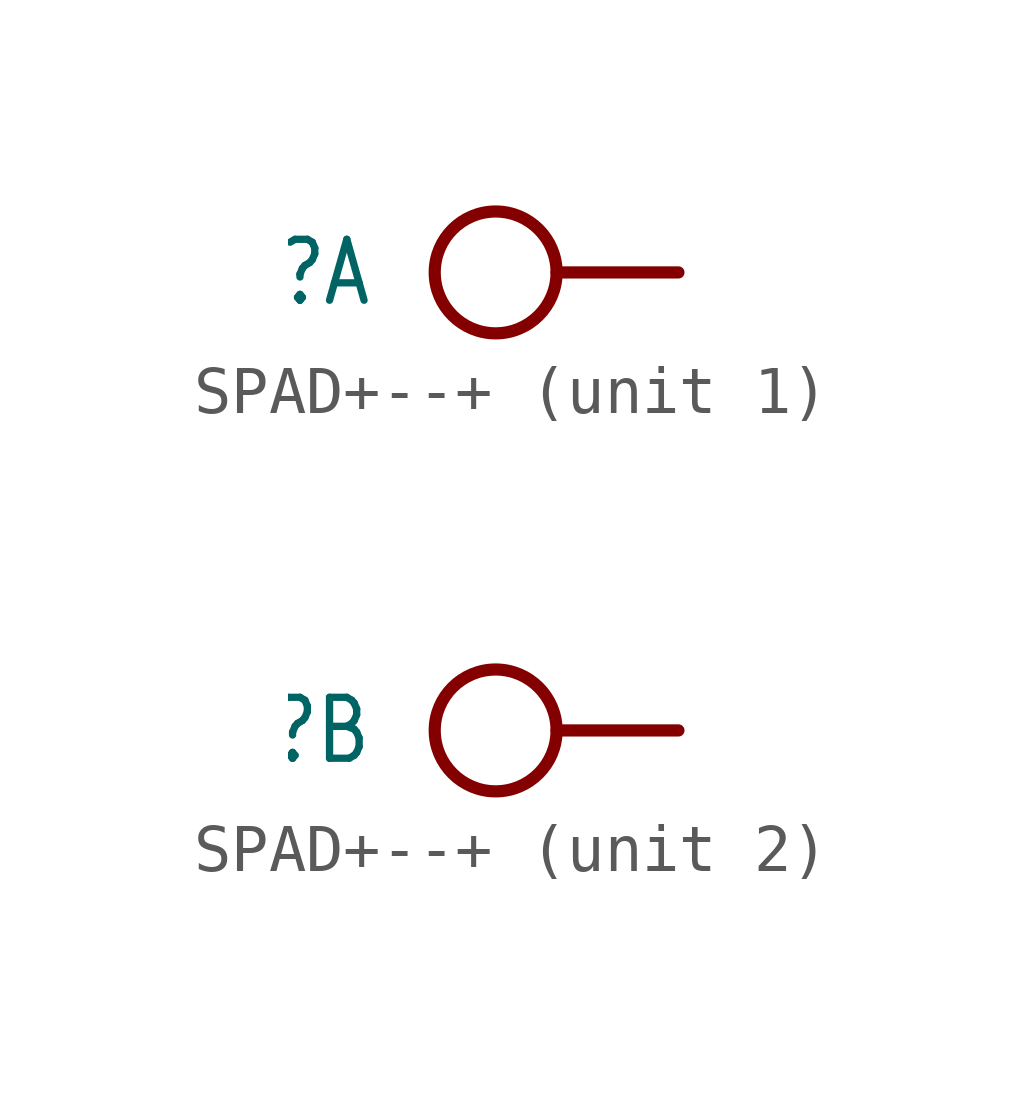
<source format=kicad_sym>
(kicad_symbol_lib
  (version 20201005)
  (generator kicad_symbol_editor)
  (symbol "SPAD+--+"
    (property "Reference" "J"
      (at -6.35 0 0)
      (effects (font (size 1.27 1.079)) (justify right)))
    (property "ki_locked" ""
      (at 0 0 0)
      (effects (font (size 1.27 1.27))))
    (symbol "SPAD+--+_1_0"
      (circle (center -3.81 0) (radius 1.27) (stroke (width 0.254)) (fill (type none)))
      (polyline (pts (xy 0 0) (xy -2.54 0)) (stroke (width 0.254)) (fill (type none)))
      (pin passive line (at 0 0 180) (length 0) (name "P$1" (effects (font (size 0 0)))) (number "1" (effects (font (size 0 0))))))
    (symbol "SPAD+--+_2_0"
      (circle (center -3.81 0) (radius 1.27) (stroke (width 0.254)) (fill (type none)))
      (polyline (pts (xy 0 0) (xy -2.54 0)) (stroke (width 0.254)) (fill (type none)))
      (pin passive line (at 0 0 180) (length 0) (name "P$1" (effects (font (size 0 0)))) (number "2" (effects (font (size 0 0))))))))
</source>
